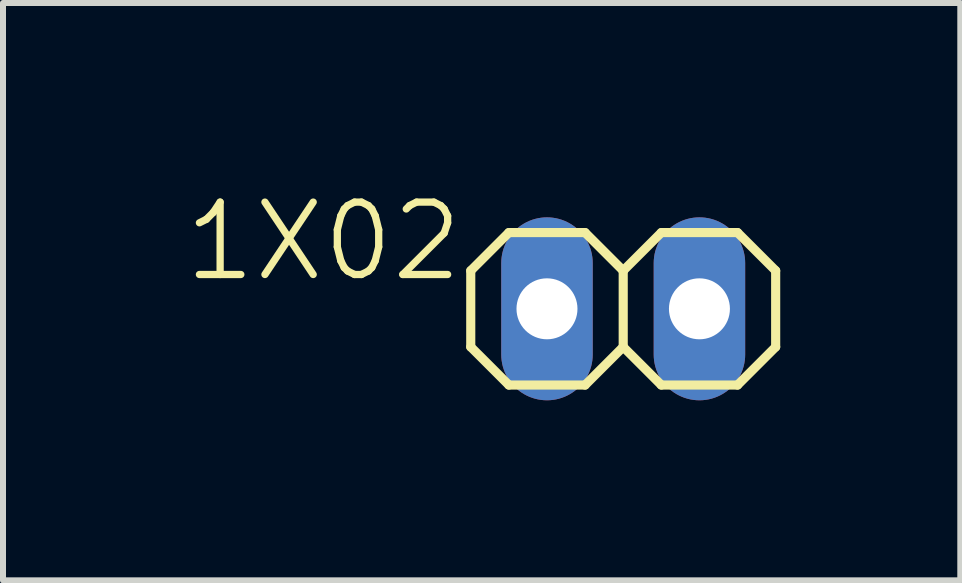
<source format=kicad_pcb>
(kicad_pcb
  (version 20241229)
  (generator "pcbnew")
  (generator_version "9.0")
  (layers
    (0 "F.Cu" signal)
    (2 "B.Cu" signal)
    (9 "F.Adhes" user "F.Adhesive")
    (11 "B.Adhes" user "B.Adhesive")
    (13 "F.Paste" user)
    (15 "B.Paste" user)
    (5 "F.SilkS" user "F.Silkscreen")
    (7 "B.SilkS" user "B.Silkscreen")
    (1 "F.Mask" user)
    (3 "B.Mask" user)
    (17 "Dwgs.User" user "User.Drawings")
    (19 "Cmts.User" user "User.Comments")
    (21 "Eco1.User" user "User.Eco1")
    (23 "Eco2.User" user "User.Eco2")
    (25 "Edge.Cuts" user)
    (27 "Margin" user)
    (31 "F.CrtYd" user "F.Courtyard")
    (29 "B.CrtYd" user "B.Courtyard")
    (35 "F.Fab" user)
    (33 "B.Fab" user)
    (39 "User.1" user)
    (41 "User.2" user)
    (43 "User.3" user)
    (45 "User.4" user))
  (footprint "1X02"
    (layer "F.Cu")
    (at 7.333 2.095)
    (property "Reference" "1X02" (at -2.616 -1.829 180) (layer "F.SilkS") (effects (font (size 1.206 1.206) (thickness 0.121)) (justify right top)))
    (attr through_hole)
    (fp_line (start -2.54 -0.635) (end -2.54 0.635) (stroke (width 0.152) (type solid)) (layer "F.SilkS"))
    (fp_line (start -2.54 0.635) (end -1.905 1.27) (stroke (width 0.152) (type solid)) (layer "F.SilkS"))
    (fp_line (start -1.905 -1.27) (end -2.54 -0.635) (stroke (width 0.152) (type solid)) (layer "F.SilkS"))
    (fp_line (start -1.905 -1.27) (end -0.635 -1.27) (stroke (width 0.152) (type solid)) (layer "F.SilkS"))
    (fp_line (start -0.635 -1.27) (end 0 -0.635) (stroke (width 0.152) (type solid)) (layer "F.SilkS"))
    (fp_line (start -0.635 1.27) (end -1.905 1.27) (stroke (width 0.152) (type solid)) (layer "F.SilkS"))
    (fp_line (start 0 -0.635) (end 0 0.635) (stroke (width 0.152) (type solid)) (layer "F.SilkS"))
    (fp_line (start 0 -0.635) (end 0.635 -1.27) (stroke (width 0.152) (type solid)) (layer "F.SilkS"))
    (fp_line (start 0 0.635) (end -0.635 1.27) (stroke (width 0.152) (type solid)) (layer "F.SilkS"))
    (fp_line (start 0.635 -1.27) (end 1.905 -1.27) (stroke (width 0.152) (type solid)) (layer "F.SilkS"))
    (fp_line (start 0.635 1.27) (end 0 0.635) (stroke (width 0.152) (type solid)) (layer "F.SilkS"))
    (fp_line (start 1.905 -1.27) (end 2.54 -0.635) (stroke (width 0.152) (type solid)) (layer "F.SilkS"))
    (fp_line (start 1.905 1.27) (end 0.635 1.27) (stroke (width 0.152) (type solid)) (layer "F.SilkS"))
    (fp_line (start 2.54 -0.635) (end 2.54 0.635) (stroke (width 0.152) (type solid)) (layer "F.SilkS"))
    (fp_line (start 2.54 0.635) (end 1.905 1.27) (stroke (width 0.152) (type solid)) (layer "F.SilkS"))
    (fp_poly (pts (xy -1.524 0.254) (xy -1.016 0.254) (xy -1.016 -0.254) (xy -1.524 -0.254)) (stroke (width 0.1) (type solid)) (fill no) (layer "F.Fab"))
    (fp_poly (pts (xy 1.016 0.254) (xy 1.524 0.254) (xy 1.524 -0.254) (xy 1.016 -0.254)) (stroke (width 0.1) (type solid)) (fill no) (layer "F.Fab"))
    (pad "1" thru_hole oval (at -1.27 0 90) (size 3.048 1.524) (drill 1.016) (layers "*.Cu" "*.Mask"))
    (pad "2" thru_hole oval (at 1.27 0 90) (size 3.048 1.524) (drill 1.016) (layers "*.Cu" "*.Mask")))
  (gr_rect
    (start -3 -3)
    (end 12.949 6.619)
    (stroke (width 0.1) (type default))
    (fill no)
    (layer "Edge.Cuts")))
</source>
